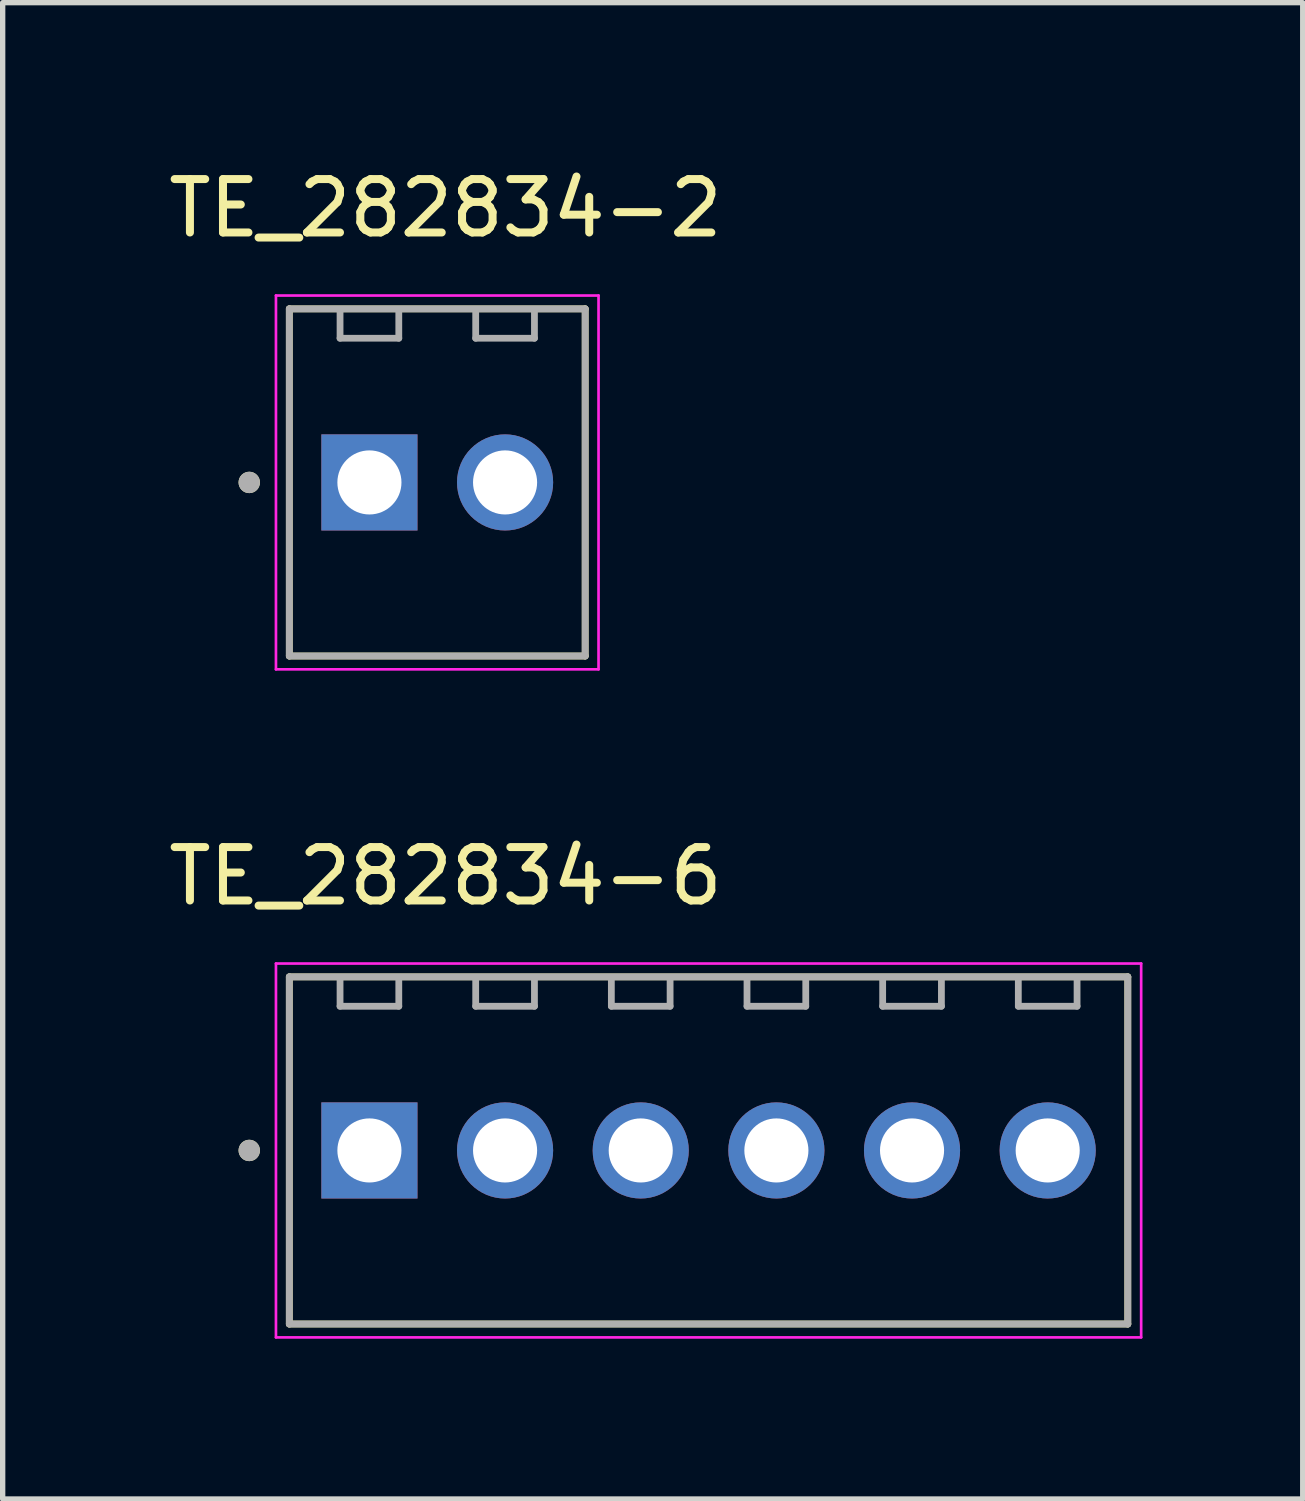
<source format=kicad_pcb>
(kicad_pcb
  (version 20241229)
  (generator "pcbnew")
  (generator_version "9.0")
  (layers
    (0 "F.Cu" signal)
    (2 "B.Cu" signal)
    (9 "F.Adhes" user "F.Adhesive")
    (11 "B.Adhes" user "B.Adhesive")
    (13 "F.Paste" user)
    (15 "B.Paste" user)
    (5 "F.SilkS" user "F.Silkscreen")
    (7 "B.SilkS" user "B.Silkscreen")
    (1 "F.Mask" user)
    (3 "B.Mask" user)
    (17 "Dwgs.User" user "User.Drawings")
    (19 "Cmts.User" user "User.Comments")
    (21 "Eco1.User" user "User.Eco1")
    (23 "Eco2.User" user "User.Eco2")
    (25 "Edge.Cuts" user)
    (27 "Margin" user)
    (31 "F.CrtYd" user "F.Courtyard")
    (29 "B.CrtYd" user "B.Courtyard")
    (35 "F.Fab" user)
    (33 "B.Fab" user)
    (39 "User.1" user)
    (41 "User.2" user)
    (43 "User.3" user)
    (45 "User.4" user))
  (footprint "TE_282834-2"
    (layer "F.Cu")
    (at 5.137 5.983)
    (property "Reference" "TE_282834-2" (at 0.155 -5.135 0) (layer "F.SilkS") (effects (font (size 1 1) (thickness 0.15))))
    (attr through_hole)
    (fp_line (start -2.77 -3.25) (end 2.77 -3.25) (stroke (width 0.127) (type solid)) (layer "F.SilkS"))
    (fp_line (start -2.77 3.25) (end -2.77 -3.25) (stroke (width 0.127) (type solid)) (layer "F.SilkS"))
    (fp_line (start 2.77 -3.25) (end 2.77 3.25) (stroke (width 0.127) (type solid)) (layer "F.SilkS"))
    (fp_line (start 2.77 3.25) (end -2.77 3.25) (stroke (width 0.127) (type solid)) (layer "F.SilkS"))
    (fp_circle (center -3.52 0) (end -3.42 0) (stroke (width 0.2) (type solid)) (fill no) (layer "F.SilkS"))
    (fp_line (start -3.02 -3.5) (end -3.02 3.5) (stroke (width 0.05) (type solid)) (layer "F.CrtYd"))
    (fp_line (start -3.02 3.5) (end 3.02 3.5) (stroke (width 0.05) (type solid)) (layer "F.CrtYd"))
    (fp_line (start 3.02 -3.5) (end -3.02 -3.5) (stroke (width 0.05) (type solid)) (layer "F.CrtYd"))
    (fp_line (start 3.02 3.5) (end 3.02 -3.5) (stroke (width 0.05) (type solid)) (layer "F.CrtYd"))
    (fp_line (start -2.77 -3.25) (end 2.77 -3.25) (stroke (width 0.127) (type solid)) (layer "F.Fab"))
    (fp_line (start -2.77 3.25) (end -2.77 -3.25) (stroke (width 0.127) (type solid)) (layer "F.Fab"))
    (fp_line (start -1.82 -2.7) (end -1.82 -3.2) (stroke (width 0.127) (type solid)) (layer "F.Fab"))
    (fp_line (start -1.82 -2.7) (end -0.72 -2.7) (stroke (width 0.127) (type solid)) (layer "F.Fab"))
    (fp_line (start -0.72 -2.7) (end -0.72 -3.2) (stroke (width 0.127) (type solid)) (layer "F.Fab"))
    (fp_line (start 0.72 -2.7) (end 0.72 -3.2) (stroke (width 0.127) (type solid)) (layer "F.Fab"))
    (fp_line (start 0.72 -2.7) (end 1.82 -2.7) (stroke (width 0.127) (type solid)) (layer "F.Fab"))
    (fp_line (start 1.82 -2.7) (end 1.82 -3.2) (stroke (width 0.127) (type solid)) (layer "F.Fab"))
    (fp_line (start 2.77 -3.25) (end 2.77 3.25) (stroke (width 0.127) (type solid)) (layer "F.Fab"))
    (fp_line (start 2.77 3.25) (end -2.77 3.25) (stroke (width 0.127) (type solid)) (layer "F.Fab"))
    (fp_circle (center -3.52 0) (end -3.42 0) (stroke (width 0.2) (type solid)) (fill no) (layer "F.Fab"))
    (pad "1" thru_hole rect (at -1.27 0) (size 1.8 1.8) (drill 1.2) (layers "*.Cu" "*.Mask"))
    (pad "2" thru_hole circle (at 1.27 0) (size 1.8 1.8) (drill 1.2) (layers "*.Cu" "*.Mask")))
  (footprint "TE_282834-6"
    (layer "F.Cu")
    (at 10.217 18.491)
    (property "Reference" "TE_282834-6" (at -4.925 -5.135 0) (layer "F.SilkS") (effects (font (size 1 1) (thickness 0.15))))
    (attr through_hole)
    (fp_line (start -7.85 -3.25) (end 7.85 -3.25) (stroke (width 0.127) (type solid)) (layer "F.SilkS"))
    (fp_line (start -7.85 3.25) (end -7.85 -3.25) (stroke (width 0.127) (type solid)) (layer "F.SilkS"))
    (fp_line (start 7.85 -3.25) (end 7.85 3.25) (stroke (width 0.127) (type solid)) (layer "F.SilkS"))
    (fp_line (start 7.85 3.25) (end -7.85 3.25) (stroke (width 0.127) (type solid)) (layer "F.SilkS"))
    (fp_circle (center -8.6 0) (end -8.5 0) (stroke (width 0.2) (type solid)) (fill no) (layer "F.SilkS"))
    (fp_line (start -8.1 -3.5) (end -8.1 3.5) (stroke (width 0.05) (type solid)) (layer "F.CrtYd"))
    (fp_line (start -8.1 3.5) (end 8.1 3.5) (stroke (width 0.05) (type solid)) (layer "F.CrtYd"))
    (fp_line (start 8.1 -3.5) (end -8.1 -3.5) (stroke (width 0.05) (type solid)) (layer "F.CrtYd"))
    (fp_line (start 8.1 3.5) (end 8.1 -3.5) (stroke (width 0.05) (type solid)) (layer "F.CrtYd"))
    (fp_line (start -7.85 -3.25) (end 7.85 -3.25) (stroke (width 0.127) (type solid)) (layer "F.Fab"))
    (fp_line (start -7.85 3.25) (end -7.85 -3.25) (stroke (width 0.127) (type solid)) (layer "F.Fab"))
    (fp_line (start -6.9 -2.7) (end -6.9 -3.2) (stroke (width 0.127) (type solid)) (layer "F.Fab"))
    (fp_line (start -6.9 -2.7) (end -5.8 -2.7) (stroke (width 0.127) (type solid)) (layer "F.Fab"))
    (fp_line (start -5.8 -2.7) (end -5.8 -3.2) (stroke (width 0.127) (type solid)) (layer "F.Fab"))
    (fp_line (start -4.36 -2.7) (end -4.36 -3.2) (stroke (width 0.127) (type solid)) (layer "F.Fab"))
    (fp_line (start -4.36 -2.7) (end -3.26 -2.7) (stroke (width 0.127) (type solid)) (layer "F.Fab"))
    (fp_line (start -3.26 -2.7) (end -3.26 -3.2) (stroke (width 0.127) (type solid)) (layer "F.Fab"))
    (fp_line (start -1.82 -2.7) (end -1.82 -3.2) (stroke (width 0.127) (type solid)) (layer "F.Fab"))
    (fp_line (start -1.82 -2.7) (end -0.72 -2.7) (stroke (width 0.127) (type solid)) (layer "F.Fab"))
    (fp_line (start -0.72 -2.7) (end -0.72 -3.2) (stroke (width 0.127) (type solid)) (layer "F.Fab"))
    (fp_line (start 0.72 -2.7) (end 0.72 -3.2) (stroke (width 0.127) (type solid)) (layer "F.Fab"))
    (fp_line (start 0.72 -2.7) (end 1.82 -2.7) (stroke (width 0.127) (type solid)) (layer "F.Fab"))
    (fp_line (start 1.82 -2.7) (end 1.82 -3.2) (stroke (width 0.127) (type solid)) (layer "F.Fab"))
    (fp_line (start 3.26 -2.7) (end 3.26 -3.2) (stroke (width 0.127) (type solid)) (layer "F.Fab"))
    (fp_line (start 3.26 -2.7) (end 4.36 -2.7) (stroke (width 0.127) (type solid)) (layer "F.Fab"))
    (fp_line (start 4.36 -2.7) (end 4.36 -3.2) (stroke (width 0.127) (type solid)) (layer "F.Fab"))
    (fp_line (start 5.8 -2.7) (end 5.8 -3.2) (stroke (width 0.127) (type solid)) (layer "F.Fab"))
    (fp_line (start 5.8 -2.7) (end 6.9 -2.7) (stroke (width 0.127) (type solid)) (layer "F.Fab"))
    (fp_line (start 6.9 -2.7) (end 6.9 -3.2) (stroke (width 0.127) (type solid)) (layer "F.Fab"))
    (fp_line (start 7.85 -3.25) (end 7.85 3.25) (stroke (width 0.127) (type solid)) (layer "F.Fab"))
    (fp_line (start 7.85 3.25) (end -7.85 3.25) (stroke (width 0.127) (type solid)) (layer "F.Fab"))
    (fp_circle (center -8.6 0) (end -8.5 0) (stroke (width 0.2) (type solid)) (fill no) (layer "F.Fab"))
    (pad "1" thru_hole rect (at -6.35 0) (size 1.8 1.8) (drill 1.2) (layers "*.Cu" "*.Mask"))
    (pad "2" thru_hole circle (at -3.81 0) (size 1.8 1.8) (drill 1.2) (layers "*.Cu" "*.Mask"))
    (pad "3" thru_hole circle (at -1.27 0) (size 1.8 1.8) (drill 1.2) (layers "*.Cu" "*.Mask"))
    (pad "4" thru_hole circle (at 1.27 0) (size 1.8 1.8) (drill 1.2) (layers "*.Cu" "*.Mask"))
    (pad "5" thru_hole circle (at 3.81 0) (size 1.8 1.8) (drill 1.2) (layers "*.Cu" "*.Mask"))
    (pad "6" thru_hole circle (at 6.35 0) (size 1.8 1.8) (drill 1.2) (layers "*.Cu" "*.Mask")))
  (gr_rect
    (start -3 -3)
    (end 21.342 25.017)
    (stroke (width 0.1) (type default))
    (fill no)
    (layer "Edge.Cuts")))
</source>
